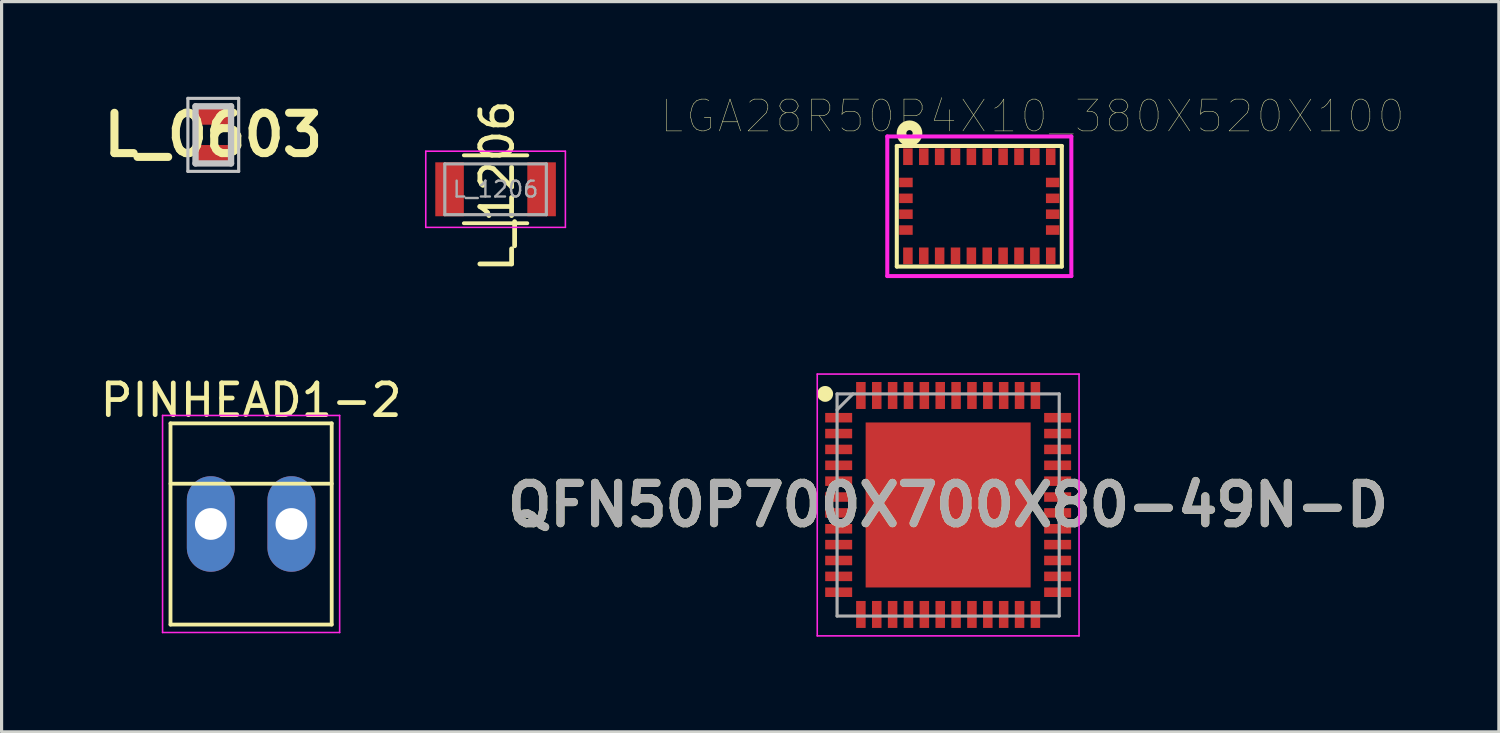
<source format=kicad_pcb>
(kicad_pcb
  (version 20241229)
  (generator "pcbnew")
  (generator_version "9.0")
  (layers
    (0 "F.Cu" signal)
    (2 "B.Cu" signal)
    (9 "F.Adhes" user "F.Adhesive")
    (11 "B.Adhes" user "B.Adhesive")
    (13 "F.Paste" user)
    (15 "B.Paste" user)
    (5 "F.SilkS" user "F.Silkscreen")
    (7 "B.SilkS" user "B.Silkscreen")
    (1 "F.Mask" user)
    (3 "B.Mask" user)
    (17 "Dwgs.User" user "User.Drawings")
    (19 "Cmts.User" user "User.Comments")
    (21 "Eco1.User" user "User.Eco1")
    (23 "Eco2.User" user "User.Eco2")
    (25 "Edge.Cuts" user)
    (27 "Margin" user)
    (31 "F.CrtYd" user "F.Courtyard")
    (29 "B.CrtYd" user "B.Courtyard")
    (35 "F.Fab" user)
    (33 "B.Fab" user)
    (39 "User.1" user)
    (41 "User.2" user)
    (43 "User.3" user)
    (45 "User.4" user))
  (footprint "QFN50P700X700X80-49N-D"
    (layer "F.Cu")
    (at 26.829 12.863)
    (property "Reference" "QFN50P700X700X80-49N-D" (at 0 0 0) (layer "F.SilkS") (effects (font (size 1.27 1.27) (thickness 0.254))))
    (attr smd)
    (fp_circle (center -3.875 -3.5) (end -3.875 -3.375) (stroke (width 0.25) (type solid)) (fill no) (layer "F.SilkS"))
    (fp_line (start -4.125 -4.125) (end 4.125 -4.125) (stroke (width 0.05) (type solid)) (layer "F.CrtYd"))
    (fp_line (start -4.125 4.125) (end -4.125 -4.125) (stroke (width 0.05) (type solid)) (layer "F.CrtYd"))
    (fp_line (start 4.125 -4.125) (end 4.125 4.125) (stroke (width 0.05) (type solid)) (layer "F.CrtYd"))
    (fp_line (start 4.125 4.125) (end -4.125 4.125) (stroke (width 0.05) (type solid)) (layer "F.CrtYd"))
    (fp_line (start -3.5 -3.5) (end 3.5 -3.5) (stroke (width 0.1) (type solid)) (layer "F.Fab"))
    (fp_line (start -3.5 -3) (end -3 -3.5) (stroke (width 0.1) (type solid)) (layer "F.Fab"))
    (fp_line (start -3.5 3.5) (end -3.5 -3.5) (stroke (width 0.1) (type solid)) (layer "F.Fab"))
    (fp_line (start 3.5 -3.5) (end 3.5 3.5) (stroke (width 0.1) (type solid)) (layer "F.Fab"))
    (fp_line (start 3.5 3.5) (end -3.5 3.5) (stroke (width 0.1) (type solid)) (layer "F.Fab"))
    (fp_text user "${REFERENCE}" (at 0 0 0) (layer "F.Fab") (effects (font (size 1.27 1.27) (thickness 0.254))))
    (pad "1" smd rect (at -3.45 -2.75 90) (size 0.3 0.85) (layers "F.Cu" "F.Mask" "F.Paste"))
    (pad "2" smd rect (at -3.45 -2.25 90) (size 0.3 0.85) (layers "F.Cu" "F.Mask" "F.Paste"))
    (pad "3" smd rect (at -3.45 -1.75 90) (size 0.3 0.85) (layers "F.Cu" "F.Mask" "F.Paste"))
    (pad "4" smd rect (at -3.45 -1.25 90) (size 0.3 0.85) (layers "F.Cu" "F.Mask" "F.Paste"))
    (pad "5" smd rect (at -3.45 -0.75 90) (size 0.3 0.85) (layers "F.Cu" "F.Mask" "F.Paste"))
    (pad "6" smd rect (at -3.45 -0.25 90) (size 0.3 0.85) (layers "F.Cu" "F.Mask" "F.Paste"))
    (pad "7" smd rect (at -3.45 0.25 90) (size 0.3 0.85) (layers "F.Cu" "F.Mask" "F.Paste"))
    (pad "8" smd rect (at -3.45 0.75 90) (size 0.3 0.85) (layers "F.Cu" "F.Mask" "F.Paste"))
    (pad "9" smd rect (at -3.45 1.25 90) (size 0.3 0.85) (layers "F.Cu" "F.Mask" "F.Paste"))
    (pad "10" smd rect (at -3.45 1.75 90) (size 0.3 0.85) (layers "F.Cu" "F.Mask" "F.Paste"))
    (pad "11" smd rect (at -3.45 2.25 90) (size 0.3 0.85) (layers "F.Cu" "F.Mask" "F.Paste"))
    (pad "12" smd rect (at -3.45 2.75 90) (size 0.3 0.85) (layers "F.Cu" "F.Mask" "F.Paste"))
    (pad "13" smd rect (at -2.75 3.45) (size 0.3 0.85) (layers "F.Cu" "F.Mask" "F.Paste"))
    (pad "14" smd rect (at -2.25 3.45) (size 0.3 0.85) (layers "F.Cu" "F.Mask" "F.Paste"))
    (pad "15" smd rect (at -1.75 3.45) (size 0.3 0.85) (layers "F.Cu" "F.Mask" "F.Paste"))
    (pad "16" smd rect (at -1.25 3.45) (size 0.3 0.85) (layers "F.Cu" "F.Mask" "F.Paste"))
    (pad "17" smd rect (at -0.75 3.45) (size 0.3 0.85) (layers "F.Cu" "F.Mask" "F.Paste"))
    (pad "18" smd rect (at -0.25 3.45) (size 0.3 0.85) (layers "F.Cu" "F.Mask" "F.Paste"))
    (pad "19" smd rect (at 0.25 3.45) (size 0.3 0.85) (layers "F.Cu" "F.Mask" "F.Paste"))
    (pad "20" smd rect (at 0.75 3.45) (size 0.3 0.85) (layers "F.Cu" "F.Mask" "F.Paste"))
    (pad "21" smd rect (at 1.25 3.45) (size 0.3 0.85) (layers "F.Cu" "F.Mask" "F.Paste"))
    (pad "22" smd rect (at 1.75 3.45) (size 0.3 0.85) (layers "F.Cu" "F.Mask" "F.Paste"))
    (pad "23" smd rect (at 2.25 3.45) (size 0.3 0.85) (layers "F.Cu" "F.Mask" "F.Paste"))
    (pad "24" smd rect (at 2.75 3.45) (size 0.3 0.85) (layers "F.Cu" "F.Mask" "F.Paste"))
    (pad "25" smd rect (at 3.45 2.75 90) (size 0.3 0.85) (layers "F.Cu" "F.Mask" "F.Paste"))
    (pad "26" smd rect (at 3.45 2.25 90) (size 0.3 0.85) (layers "F.Cu" "F.Mask" "F.Paste"))
    (pad "27" smd rect (at 3.45 1.75 90) (size 0.3 0.85) (layers "F.Cu" "F.Mask" "F.Paste"))
    (pad "28" smd rect (at 3.45 1.25 90) (size 0.3 0.85) (layers "F.Cu" "F.Mask" "F.Paste"))
    (pad "29" smd rect (at 3.45 0.75 90) (size 0.3 0.85) (layers "F.Cu" "F.Mask" "F.Paste"))
    (pad "30" smd rect (at 3.45 0.25 90) (size 0.3 0.85) (layers "F.Cu" "F.Mask" "F.Paste"))
    (pad "31" smd rect (at 3.45 -0.25 90) (size 0.3 0.85) (layers "F.Cu" "F.Mask" "F.Paste"))
    (pad "32" smd rect (at 3.45 -0.75 90) (size 0.3 0.85) (layers "F.Cu" "F.Mask" "F.Paste"))
    (pad "33" smd rect (at 3.45 -1.25 90) (size 0.3 0.85) (layers "F.Cu" "F.Mask" "F.Paste"))
    (pad "34" smd rect (at 3.45 -1.75 90) (size 0.3 0.85) (layers "F.Cu" "F.Mask" "F.Paste"))
    (pad "35" smd rect (at 3.45 -2.25 90) (size 0.3 0.85) (layers "F.Cu" "F.Mask" "F.Paste"))
    (pad "36" smd rect (at 3.45 -2.75 90) (size 0.3 0.85) (layers "F.Cu" "F.Mask" "F.Paste"))
    (pad "37" smd rect (at 2.75 -3.45) (size 0.3 0.85) (layers "F.Cu" "F.Mask" "F.Paste"))
    (pad "38" smd rect (at 2.25 -3.45) (size 0.3 0.85) (layers "F.Cu" "F.Mask" "F.Paste"))
    (pad "39" smd rect (at 1.75 -3.45) (size 0.3 0.85) (layers "F.Cu" "F.Mask" "F.Paste"))
    (pad "40" smd rect (at 1.25 -3.45) (size 0.3 0.85) (layers "F.Cu" "F.Mask" "F.Paste"))
    (pad "41" smd rect (at 0.75 -3.45) (size 0.3 0.85) (layers "F.Cu" "F.Mask" "F.Paste"))
    (pad "42" smd rect (at 0.25 -3.45) (size 0.3 0.85) (layers "F.Cu" "F.Mask" "F.Paste"))
    (pad "43" smd rect (at -0.25 -3.45) (size 0.3 0.85) (layers "F.Cu" "F.Mask" "F.Paste"))
    (pad "44" smd rect (at -0.75 -3.45) (size 0.3 0.85) (layers "F.Cu" "F.Mask" "F.Paste"))
    (pad "45" smd rect (at -1.25 -3.45) (size 0.3 0.85) (layers "F.Cu" "F.Mask" "F.Paste"))
    (pad "46" smd rect (at -1.75 -3.45) (size 0.3 0.85) (layers "F.Cu" "F.Mask" "F.Paste"))
    (pad "47" smd rect (at -2.25 -3.45) (size 0.3 0.85) (layers "F.Cu" "F.Mask" "F.Paste"))
    (pad "48" smd rect (at -2.75 -3.45) (size 0.3 0.85) (layers "F.Cu" "F.Mask" "F.Paste"))
    (pad "49" smd rect (at 0 0) (size 5.2 5.2) (layers "F.Cu" "F.Mask" "F.Paste")))
  (footprint "LGA28R50P4X10_380X520X100"
    (layer "F.Cu")
    (at 27.811 3.45)
    (property "Reference" "LGA28R50P4X10_380X520X100" (at 1.677 -2.838 0) (layer "F.SilkS") (effects (font (size 1.001 1.001) (thickness 0.015))))
    (attr through_hole)
    (fp_line (start -2.6 -1.9) (end -2.6 1.9) (stroke (width 0.127) (type solid)) (layer "F.SilkS"))
    (fp_line (start -2.6 1.9) (end 2.6 1.9) (stroke (width 0.127) (type solid)) (layer "F.SilkS"))
    (fp_line (start 2.6 -1.9) (end -2.6 -1.9) (stroke (width 0.127) (type solid)) (layer "F.SilkS"))
    (fp_line (start 2.6 1.9) (end 2.6 -1.9) (stroke (width 0.127) (type solid)) (layer "F.SilkS"))
    (fp_circle (center -2.2 -2.3) (end -2.1 -2.3) (stroke (width 0.305) (type solid)) (fill no) (layer "F.SilkS"))
    (fp_line (start -2.9 -2.2) (end 2.9 -2.2) (stroke (width 0.127) (type solid)) (layer "F.CrtYd"))
    (fp_line (start -2.9 2.2) (end -2.9 -2.2) (stroke (width 0.127) (type solid)) (layer "F.CrtYd"))
    (fp_line (start 2.9 -2.2) (end 2.9 2.2) (stroke (width 0.127) (type solid)) (layer "F.CrtYd"))
    (fp_line (start 2.9 2.2) (end -2.9 2.2) (stroke (width 0.127) (type solid)) (layer "F.CrtYd"))
    (pad "1" smd rect (at -2.25 -1.562) (size 0.3 0.525) (layers "F.Cu" "F.Mask" "F.Paste"))
    (pad "2" smd rect (at -2.312 -0.75) (size 0.425 0.3) (layers "F.Cu" "F.Mask" "F.Paste"))
    (pad "3" smd rect (at -2.312 -0.25) (size 0.425 0.3) (layers "F.Cu" "F.Mask" "F.Paste"))
    (pad "4" smd rect (at -2.312 0.25) (size 0.425 0.3) (layers "F.Cu" "F.Mask" "F.Paste"))
    (pad "5" smd rect (at -2.312 0.75) (size 0.425 0.3) (layers "F.Cu" "F.Mask" "F.Paste"))
    (pad "6" smd rect (at -2.25 1.562) (size 0.3 0.525) (layers "F.Cu" "F.Mask" "F.Paste"))
    (pad "7" smd rect (at -1.75 1.562) (size 0.3 0.525) (layers "F.Cu" "F.Mask" "F.Paste"))
    (pad "8" smd rect (at -1.25 1.562) (size 0.3 0.525) (layers "F.Cu" "F.Mask" "F.Paste"))
    (pad "9" smd rect (at -0.75 1.562) (size 0.3 0.525) (layers "F.Cu" "F.Mask" "F.Paste"))
    (pad "10" smd rect (at -0.25 1.562) (size 0.3 0.525) (layers "F.Cu" "F.Mask" "F.Paste"))
    (pad "11" smd rect (at 0.25 1.562) (size 0.3 0.525) (layers "F.Cu" "F.Mask" "F.Paste"))
    (pad "12" smd rect (at 0.75 1.562) (size 0.3 0.525) (layers "F.Cu" "F.Mask" "F.Paste"))
    (pad "13" smd rect (at 1.25 1.562) (size 0.3 0.525) (layers "F.Cu" "F.Mask" "F.Paste"))
    (pad "14" smd rect (at 1.75 1.562) (size 0.3 0.525) (layers "F.Cu" "F.Mask" "F.Paste"))
    (pad "15" smd rect (at 2.25 1.562) (size 0.3 0.525) (layers "F.Cu" "F.Mask" "F.Paste"))
    (pad "16" smd rect (at 2.312 0.75) (size 0.425 0.3) (layers "F.Cu" "F.Mask" "F.Paste"))
    (pad "17" smd rect (at 2.312 0.25) (size 0.425 0.3) (layers "F.Cu" "F.Mask" "F.Paste"))
    (pad "18" smd rect (at 2.312 -0.25) (size 0.425 0.3) (layers "F.Cu" "F.Mask" "F.Paste"))
    (pad "19" smd rect (at 2.312 -0.75) (size 0.425 0.3) (layers "F.Cu" "F.Mask" "F.Paste"))
    (pad "20" smd rect (at 2.25 -1.562) (size 0.3 0.525) (layers "F.Cu" "F.Mask" "F.Paste"))
    (pad "21" smd rect (at 1.75 -1.562) (size 0.3 0.525) (layers "F.Cu" "F.Mask" "F.Paste"))
    (pad "22" smd rect (at 1.25 -1.562) (size 0.3 0.525) (layers "F.Cu" "F.Mask" "F.Paste"))
    (pad "23" smd rect (at 0.75 -1.562) (size 0.3 0.525) (layers "F.Cu" "F.Mask" "F.Paste"))
    (pad "24" smd rect (at 0.25 -1.562) (size 0.3 0.525) (layers "F.Cu" "F.Mask" "F.Paste"))
    (pad "25" smd rect (at -0.25 -1.562) (size 0.3 0.525) (layers "F.Cu" "F.Mask" "F.Paste"))
    (pad "26" smd rect (at -0.75 -1.562) (size 0.3 0.525) (layers "F.Cu" "F.Mask" "F.Paste"))
    (pad "27" smd rect (at -1.25 -1.562) (size 0.3 0.525) (layers "F.Cu" "F.Mask" "F.Paste"))
    (pad "28" smd rect (at -1.75 -1.562) (size 0.3 0.525) (layers "F.Cu" "F.Mask" "F.Paste")))
  (footprint "PINHEAD1-2"
    (layer "F.Cu")
    (at 3.593 13.462)
    (property "Reference" "PINHEAD1-2" (at 1.27 -3.9 0) (layer "F.SilkS") (effects (font (size 1 1) (thickness 0.15))))
    (attr through_hole)
    (fp_line (start -1.27 -3.17) (end -1.27 3.17) (stroke (width 0.12) (type solid)) (layer "F.SilkS"))
    (fp_line (start -1.27 -3.17) (end 3.81 -3.17) (stroke (width 0.12) (type solid)) (layer "F.SilkS"))
    (fp_line (start 3.81 -3.17) (end 3.81 3.17) (stroke (width 0.12) (type solid)) (layer "F.SilkS"))
    (fp_line (start 3.81 -1.27) (end -1.27 -1.27) (stroke (width 0.12) (type solid)) (layer "F.SilkS"))
    (fp_line (start 3.81 3.17) (end -1.27 3.17) (stroke (width 0.12) (type solid)) (layer "F.SilkS"))
    (fp_line (start -1.52 -3.42) (end -1.52 3.42) (stroke (width 0.05) (type solid)) (layer "F.CrtYd"))
    (fp_line (start -1.52 -3.42) (end 4.06 -3.42) (stroke (width 0.05) (type solid)) (layer "F.CrtYd"))
    (fp_line (start 4.06 3.42) (end -1.52 3.42) (stroke (width 0.05) (type solid)) (layer "F.CrtYd"))
    (fp_line (start 4.06 3.42) (end 4.06 -3.42) (stroke (width 0.05) (type solid)) (layer "F.CrtYd"))
    (pad "1" thru_hole oval (at 0 0) (size 1.51 3.01) (drill 1) (layers "*.Cu" "*.Mask"))
    (pad "2" thru_hole oval (at 2.54 0) (size 1.51 3.01) (drill 1) (layers "*.Cu" "*.Mask")))
  (footprint "L_1206"
    (layer "F.Cu")
    (at 12.567 2.915)
    (property "Reference" "L_1206" (at 0.05 -0.1 270) (layer "F.SilkS") (effects (font (size 1 1) (thickness 0.15))))
    (attr smd)
    (fp_line (start -1 -1.07) (end 1 -1.07) (stroke (width 0.12) (type solid)) (layer "F.SilkS"))
    (fp_line (start 1 1.07) (end -1 1.07) (stroke (width 0.12) (type solid)) (layer "F.SilkS"))
    (fp_line (start -2.2 -1.2) (end -2.2 1.2) (stroke (width 0.05) (type solid)) (layer "F.CrtYd"))
    (fp_line (start -2.2 -1.2) (end 2.2 -1.2) (stroke (width 0.05) (type solid)) (layer "F.CrtYd"))
    (fp_line (start -2.2 1.2) (end 2.2 1.2) (stroke (width 0.05) (type solid)) (layer "F.CrtYd"))
    (fp_line (start 2.2 -1.2) (end 2.2 1.2) (stroke (width 0.05) (type solid)) (layer "F.CrtYd"))
    (fp_line (start -1.6 -0.8) (end 1.6 -0.8) (stroke (width 0.1) (type solid)) (layer "F.Fab"))
    (fp_line (start -1.6 0.8) (end -1.6 -0.8) (stroke (width 0.1) (type solid)) (layer "F.Fab"))
    (fp_line (start 1.6 -0.8) (end 1.6 0.8) (stroke (width 0.1) (type solid)) (layer "F.Fab"))
    (fp_line (start 1.6 0.8) (end -1.6 0.8) (stroke (width 0.1) (type solid)) (layer "F.Fab"))
    (fp_text user "${REFERENCE}" (at 0 0 0) (layer "F.Fab") (effects (font (size 0.5 0.5) (thickness 0.075))))
    (pad "1" smd rect (at -1.45 0) (size 0.9 1.7) (layers "F.Cu" "F.Mask" "F.Paste"))
    (pad "2" smd rect (at 1.45 0) (size 0.9 1.7) (layers "F.Cu" "F.Mask" "F.Paste")))
  (footprint "L_0603"
    (layer "F.Cu")
    (at 3.671 1.2)
    (property "Reference" "L_0603" (at 0 0 0) (layer "F.SilkS") (effects (font (size 1.27 1.27) (thickness 0.254))))
    (attr smd)
    (fp_line (start -0.56 -0.2) (end -0.56 0.2) (stroke (width 0.1) (type solid)) (layer "F.SilkS"))
    (fp_line (start 0.56 -0.2) (end 0.56 0.2) (stroke (width 0.1) (type solid)) (layer "F.SilkS"))
    (fp_line (start -0.8 -1.15) (end 0.8 -1.15) (stroke (width 0.1) (type solid)) (layer "Dwgs.User"))
    (fp_line (start -0.8 1.15) (end -0.8 -1.15) (stroke (width 0.1) (type solid)) (layer "Dwgs.User"))
    (fp_line (start -0.56 -0.9) (end 0.56 -0.9) (stroke (width 0.2) (type solid)) (layer "Dwgs.User"))
    (fp_line (start -0.56 0.9) (end -0.56 -0.9) (stroke (width 0.2) (type solid)) (layer "Dwgs.User"))
    (fp_line (start 0.56 -0.9) (end 0.56 0.9) (stroke (width 0.2) (type solid)) (layer "Dwgs.User"))
    (fp_line (start 0.56 0.9) (end -0.56 0.9) (stroke (width 0.2) (type solid)) (layer "Dwgs.User"))
    (fp_line (start 0.8 -1.15) (end 0.8 1.15) (stroke (width 0.1) (type solid)) (layer "Dwgs.User"))
    (fp_line (start 0.8 1.15) (end -0.8 1.15) (stroke (width 0.1) (type solid)) (layer "Dwgs.User"))
    (pad "1" smd rect (at 0 -0.64 90) (size 0.64 1.02) (layers "F.Cu" "F.Mask" "F.Paste"))
    (pad "2" smd rect (at 0 0.64 90) (size 0.64 1.02) (layers "F.Cu" "F.Mask" "F.Paste")))
  (gr_rect
    (start -3 -3)
    (end 44.184 20.013)
    (stroke (width 0.1) (type default))
    (fill no)
    (layer "Edge.Cuts")))
</source>
